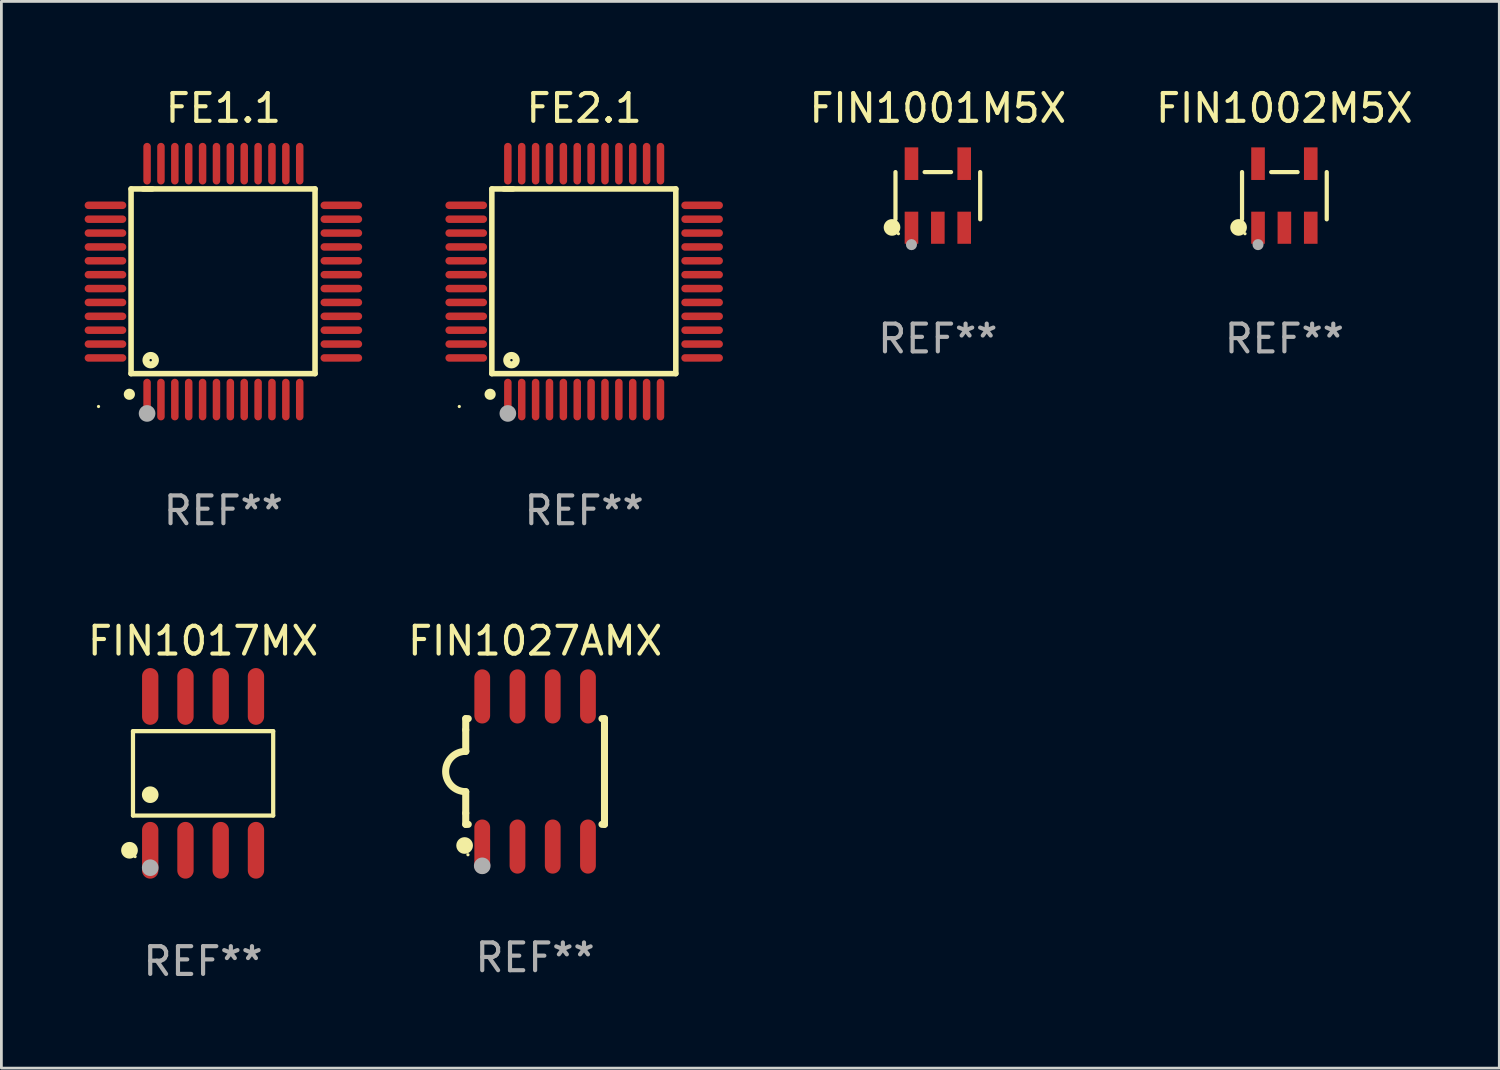
<source format=kicad_pcb>
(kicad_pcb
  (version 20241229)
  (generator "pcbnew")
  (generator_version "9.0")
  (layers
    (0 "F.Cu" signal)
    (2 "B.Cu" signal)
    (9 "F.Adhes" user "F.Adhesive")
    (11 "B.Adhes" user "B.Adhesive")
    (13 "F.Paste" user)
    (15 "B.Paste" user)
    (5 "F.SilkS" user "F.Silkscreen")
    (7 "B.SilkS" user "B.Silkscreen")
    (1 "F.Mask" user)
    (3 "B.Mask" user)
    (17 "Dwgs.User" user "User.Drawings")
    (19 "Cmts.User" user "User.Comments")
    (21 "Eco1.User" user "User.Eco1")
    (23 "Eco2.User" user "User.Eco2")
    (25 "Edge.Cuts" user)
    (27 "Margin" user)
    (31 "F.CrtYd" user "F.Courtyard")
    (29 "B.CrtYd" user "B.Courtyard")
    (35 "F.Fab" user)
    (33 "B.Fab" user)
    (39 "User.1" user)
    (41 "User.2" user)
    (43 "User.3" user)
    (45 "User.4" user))
  (footprint "FE1.1"
    (layer "F.Cu")
    (at 5 7.098)
    (property "Reference" "FE1.1" (at 0 -6.25 0) (layer "F.SilkS") (effects (font (size 1 1) (thickness 0.15))))
    (attr through_hole)
    (fp_line (start -3.327 -3.34) (end -2.565 -3.34) (stroke (width 0.2) (type solid)) (layer "F.SilkS"))
    (fp_line (start -3.327 3.315) (end -3.327 -3.34) (stroke (width 0.2) (type solid)) (layer "F.SilkS"))
    (fp_line (start -2.896 -3.34) (end 3.302 -3.34) (stroke (width 0.2) (type solid)) (layer "F.SilkS"))
    (fp_line (start 3.302 -3.34) (end 3.302 3.315) (stroke (width 0.2) (type solid)) (layer "F.SilkS"))
    (fp_line (start 3.302 3.315) (end -3.327 3.315) (stroke (width 0.2) (type solid)) (layer "F.SilkS"))
    (fp_arc (start -3.389992 4.059995) (mid -3.388722 4.059991) (end -3.387452 4.059995) (stroke (width 0.4) (type solid)) (layer "F.SilkS"))
    (fp_circle (center -4.5 4.5) (end -4.47 4.5) (stroke (width 0.06) (type solid)) (fill no) (layer "F.SilkS"))
    (fp_circle (center -2.62 2.83) (end -2.45 2.83) (stroke (width 0.254) (type solid)) (fill no) (layer "F.SilkS"))
    (fp_circle (center -2.75 4.75) (end -2.6 4.75) (stroke (width 0.3) (type solid)) (fill no) (layer "F.Fab"))
    (fp_text user "REF**" (at 0 8.25 0) (layer "F.Fab") (effects (font (size 1 1) (thickness 0.15))))
    (pad "1" smd oval (at -2.75 4.25) (size 0.27 1.5) (layers "F.Cu" "F.Mask" "F.Paste"))
    (pad "2" smd oval (at -2.25 4.25) (size 0.27 1.5) (layers "F.Cu" "F.Mask" "F.Paste"))
    (pad "3" smd oval (at -1.75 4.25) (size 0.27 1.5) (layers "F.Cu" "F.Mask" "F.Paste"))
    (pad "4" smd oval (at -1.25 4.25) (size 0.27 1.5) (layers "F.Cu" "F.Mask" "F.Paste"))
    (pad "5" smd oval (at -0.75 4.25) (size 0.27 1.5) (layers "F.Cu" "F.Mask" "F.Paste"))
    (pad "6" smd oval (at -0.25 4.25) (size 0.27 1.5) (layers "F.Cu" "F.Mask" "F.Paste"))
    (pad "7" smd oval (at 0.25 4.25) (size 0.27 1.5) (layers "F.Cu" "F.Mask" "F.Paste"))
    (pad "8" smd oval (at 0.75 4.25) (size 0.27 1.5) (layers "F.Cu" "F.Mask" "F.Paste"))
    (pad "9" smd oval (at 1.25 4.25) (size 0.27 1.5) (layers "F.Cu" "F.Mask" "F.Paste"))
    (pad "10" smd oval (at 1.75 4.25) (size 0.27 1.5) (layers "F.Cu" "F.Mask" "F.Paste"))
    (pad "11" smd oval (at 2.25 4.25) (size 0.27 1.5) (layers "F.Cu" "F.Mask" "F.Paste"))
    (pad "12" smd oval (at 2.75 4.25) (size 0.27 1.5) (layers "F.Cu" "F.Mask" "F.Paste"))
    (pad "13" smd oval (at 4.25 2.75) (size 1.5 0.27) (layers "F.Cu" "F.Mask" "F.Paste"))
    (pad "14" smd oval (at 4.25 2.25) (size 1.5 0.27) (layers "F.Cu" "F.Mask" "F.Paste"))
    (pad "15" smd oval (at 4.25 1.75) (size 1.5 0.27) (layers "F.Cu" "F.Mask" "F.Paste"))
    (pad "16" smd oval (at 4.25 1.25) (size 1.5 0.27) (layers "F.Cu" "F.Mask" "F.Paste"))
    (pad "17" smd oval (at 4.25 0.75) (size 1.5 0.27) (layers "F.Cu" "F.Mask" "F.Paste"))
    (pad "18" smd oval (at 4.25 0.25) (size 1.5 0.27) (layers "F.Cu" "F.Mask" "F.Paste"))
    (pad "19" smd oval (at 4.25 -0.25) (size 1.5 0.27) (layers "F.Cu" "F.Mask" "F.Paste"))
    (pad "20" smd oval (at 4.25 -0.75) (size 1.5 0.27) (layers "F.Cu" "F.Mask" "F.Paste"))
    (pad "21" smd oval (at 4.25 -1.25) (size 1.5 0.27) (layers "F.Cu" "F.Mask" "F.Paste"))
    (pad "22" smd oval (at 4.25 -1.75) (size 1.5 0.27) (layers "F.Cu" "F.Mask" "F.Paste"))
    (pad "23" smd oval (at 4.25 -2.25) (size 1.5 0.27) (layers "F.Cu" "F.Mask" "F.Paste"))
    (pad "24" smd oval (at 4.25 -2.75) (size 1.5 0.27) (layers "F.Cu" "F.Mask" "F.Paste"))
    (pad "25" smd oval (at 2.75 -4.25) (size 0.27 1.5) (layers "F.Cu" "F.Mask" "F.Paste"))
    (pad "26" smd oval (at 2.25 -4.25) (size 0.27 1.5) (layers "F.Cu" "F.Mask" "F.Paste"))
    (pad "27" smd oval (at 1.75 -4.25) (size 0.27 1.5) (layers "F.Cu" "F.Mask" "F.Paste"))
    (pad "28" smd oval (at 1.25 -4.25) (size 0.27 1.5) (layers "F.Cu" "F.Mask" "F.Paste"))
    (pad "29" smd oval (at 0.75 -4.25) (size 0.27 1.5) (layers "F.Cu" "F.Mask" "F.Paste"))
    (pad "30" smd oval (at 0.25 -4.25) (size 0.27 1.5) (layers "F.Cu" "F.Mask" "F.Paste"))
    (pad "31" smd oval (at -0.25 -4.25) (size 0.27 1.5) (layers "F.Cu" "F.Mask" "F.Paste"))
    (pad "32" smd oval (at -0.75 -4.25) (size 0.27 1.5) (layers "F.Cu" "F.Mask" "F.Paste"))
    (pad "33" smd oval (at -1.25 -4.25) (size 0.27 1.5) (layers "F.Cu" "F.Mask" "F.Paste"))
    (pad "34" smd oval (at -1.75 -4.25) (size 0.27 1.5) (layers "F.Cu" "F.Mask" "F.Paste"))
    (pad "35" smd oval (at -2.25 -4.25) (size 0.27 1.5) (layers "F.Cu" "F.Mask" "F.Paste"))
    (pad "36" smd oval (at -2.75 -4.25) (size 0.27 1.5) (layers "F.Cu" "F.Mask" "F.Paste"))
    (pad "37" smd oval (at -4.25 -2.75) (size 1.5 0.27) (layers "F.Cu" "F.Mask" "F.Paste"))
    (pad "38" smd oval (at -4.25 -2.25) (size 1.5 0.27) (layers "F.Cu" "F.Mask" "F.Paste"))
    (pad "39" smd oval (at -4.25 -1.75) (size 1.5 0.27) (layers "F.Cu" "F.Mask" "F.Paste"))
    (pad "40" smd oval (at -4.25 -1.25) (size 1.5 0.27) (layers "F.Cu" "F.Mask" "F.Paste"))
    (pad "41" smd oval (at -4.25 -0.75) (size 1.5 0.27) (layers "F.Cu" "F.Mask" "F.Paste"))
    (pad "42" smd oval (at -4.25 -0.25) (size 1.5 0.27) (layers "F.Cu" "F.Mask" "F.Paste"))
    (pad "43" smd oval (at -4.25 0.25) (size 1.5 0.27) (layers "F.Cu" "F.Mask" "F.Paste"))
    (pad "44" smd oval (at -4.25 0.75) (size 1.5 0.27) (layers "F.Cu" "F.Mask" "F.Paste"))
    (pad "45" smd oval (at -4.25 1.25) (size 1.5 0.27) (layers "F.Cu" "F.Mask" "F.Paste"))
    (pad "46" smd oval (at -4.25 1.75) (size 1.5 0.27) (layers "F.Cu" "F.Mask" "F.Paste"))
    (pad "47" smd oval (at -4.25 2.25) (size 1.5 0.27) (layers "F.Cu" "F.Mask" "F.Paste"))
    (pad "48" smd oval (at -4.25 2.75) (size 1.5 0.27) (layers "F.Cu" "F.Mask" "F.Paste")))
  (footprint "FE2.1"
    (layer "F.Cu")
    (at 18 7.098)
    (property "Reference" "FE2.1" (at 0 -6.25 0) (layer "F.SilkS") (effects (font (size 1 1) (thickness 0.15))))
    (attr through_hole)
    (fp_line (start -3.327 -3.34) (end -2.565 -3.34) (stroke (width 0.2) (type solid)) (layer "F.SilkS"))
    (fp_line (start -3.327 3.315) (end -3.327 -3.34) (stroke (width 0.2) (type solid)) (layer "F.SilkS"))
    (fp_line (start -2.896 -3.34) (end 3.302 -3.34) (stroke (width 0.2) (type solid)) (layer "F.SilkS"))
    (fp_line (start 3.302 -3.34) (end 3.302 3.315) (stroke (width 0.2) (type solid)) (layer "F.SilkS"))
    (fp_line (start 3.302 3.315) (end -3.327 3.315) (stroke (width 0.2) (type solid)) (layer "F.SilkS"))
    (fp_arc (start -3.389992 4.059995) (mid -3.388722 4.059991) (end -3.387452 4.059995) (stroke (width 0.4) (type solid)) (layer "F.SilkS"))
    (fp_circle (center -4.5 4.5) (end -4.47 4.5) (stroke (width 0.06) (type solid)) (fill no) (layer "F.SilkS"))
    (fp_circle (center -2.62 2.83) (end -2.45 2.83) (stroke (width 0.254) (type solid)) (fill no) (layer "F.SilkS"))
    (fp_circle (center -2.75 4.75) (end -2.6 4.75) (stroke (width 0.3) (type solid)) (fill no) (layer "F.Fab"))
    (fp_text user "REF**" (at 0 8.25 0) (layer "F.Fab") (effects (font (size 1 1) (thickness 0.15))))
    (pad "1" smd oval (at -2.75 4.25) (size 0.27 1.5) (layers "F.Cu" "F.Mask" "F.Paste"))
    (pad "2" smd oval (at -2.25 4.25) (size 0.27 1.5) (layers "F.Cu" "F.Mask" "F.Paste"))
    (pad "3" smd oval (at -1.75 4.25) (size 0.27 1.5) (layers "F.Cu" "F.Mask" "F.Paste"))
    (pad "4" smd oval (at -1.25 4.25) (size 0.27 1.5) (layers "F.Cu" "F.Mask" "F.Paste"))
    (pad "5" smd oval (at -0.75 4.25) (size 0.27 1.5) (layers "F.Cu" "F.Mask" "F.Paste"))
    (pad "6" smd oval (at -0.25 4.25) (size 0.27 1.5) (layers "F.Cu" "F.Mask" "F.Paste"))
    (pad "7" smd oval (at 0.25 4.25) (size 0.27 1.5) (layers "F.Cu" "F.Mask" "F.Paste"))
    (pad "8" smd oval (at 0.75 4.25) (size 0.27 1.5) (layers "F.Cu" "F.Mask" "F.Paste"))
    (pad "9" smd oval (at 1.25 4.25) (size 0.27 1.5) (layers "F.Cu" "F.Mask" "F.Paste"))
    (pad "10" smd oval (at 1.75 4.25) (size 0.27 1.5) (layers "F.Cu" "F.Mask" "F.Paste"))
    (pad "11" smd oval (at 2.25 4.25) (size 0.27 1.5) (layers "F.Cu" "F.Mask" "F.Paste"))
    (pad "12" smd oval (at 2.75 4.25) (size 0.27 1.5) (layers "F.Cu" "F.Mask" "F.Paste"))
    (pad "13" smd oval (at 4.25 2.75) (size 1.5 0.27) (layers "F.Cu" "F.Mask" "F.Paste"))
    (pad "14" smd oval (at 4.25 2.25) (size 1.5 0.27) (layers "F.Cu" "F.Mask" "F.Paste"))
    (pad "15" smd oval (at 4.25 1.75) (size 1.5 0.27) (layers "F.Cu" "F.Mask" "F.Paste"))
    (pad "16" smd oval (at 4.25 1.25) (size 1.5 0.27) (layers "F.Cu" "F.Mask" "F.Paste"))
    (pad "17" smd oval (at 4.25 0.75) (size 1.5 0.27) (layers "F.Cu" "F.Mask" "F.Paste"))
    (pad "18" smd oval (at 4.25 0.25) (size 1.5 0.27) (layers "F.Cu" "F.Mask" "F.Paste"))
    (pad "19" smd oval (at 4.25 -0.25) (size 1.5 0.27) (layers "F.Cu" "F.Mask" "F.Paste"))
    (pad "20" smd oval (at 4.25 -0.75) (size 1.5 0.27) (layers "F.Cu" "F.Mask" "F.Paste"))
    (pad "21" smd oval (at 4.25 -1.25) (size 1.5 0.27) (layers "F.Cu" "F.Mask" "F.Paste"))
    (pad "22" smd oval (at 4.25 -1.75) (size 1.5 0.27) (layers "F.Cu" "F.Mask" "F.Paste"))
    (pad "23" smd oval (at 4.25 -2.25) (size 1.5 0.27) (layers "F.Cu" "F.Mask" "F.Paste"))
    (pad "24" smd oval (at 4.25 -2.75) (size 1.5 0.27) (layers "F.Cu" "F.Mask" "F.Paste"))
    (pad "25" smd oval (at 2.75 -4.25) (size 0.27 1.5) (layers "F.Cu" "F.Mask" "F.Paste"))
    (pad "26" smd oval (at 2.25 -4.25) (size 0.27 1.5) (layers "F.Cu" "F.Mask" "F.Paste"))
    (pad "27" smd oval (at 1.75 -4.25) (size 0.27 1.5) (layers "F.Cu" "F.Mask" "F.Paste"))
    (pad "28" smd oval (at 1.25 -4.25) (size 0.27 1.5) (layers "F.Cu" "F.Mask" "F.Paste"))
    (pad "29" smd oval (at 0.75 -4.25) (size 0.27 1.5) (layers "F.Cu" "F.Mask" "F.Paste"))
    (pad "30" smd oval (at 0.25 -4.25) (size 0.27 1.5) (layers "F.Cu" "F.Mask" "F.Paste"))
    (pad "31" smd oval (at -0.25 -4.25) (size 0.27 1.5) (layers "F.Cu" "F.Mask" "F.Paste"))
    (pad "32" smd oval (at -0.75 -4.25) (size 0.27 1.5) (layers "F.Cu" "F.Mask" "F.Paste"))
    (pad "33" smd oval (at -1.25 -4.25) (size 0.27 1.5) (layers "F.Cu" "F.Mask" "F.Paste"))
    (pad "34" smd oval (at -1.75 -4.25) (size 0.27 1.5) (layers "F.Cu" "F.Mask" "F.Paste"))
    (pad "35" smd oval (at -2.25 -4.25) (size 0.27 1.5) (layers "F.Cu" "F.Mask" "F.Paste"))
    (pad "36" smd oval (at -2.75 -4.25) (size 0.27 1.5) (layers "F.Cu" "F.Mask" "F.Paste"))
    (pad "37" smd oval (at -4.25 -2.75) (size 1.5 0.27) (layers "F.Cu" "F.Mask" "F.Paste"))
    (pad "38" smd oval (at -4.25 -2.25) (size 1.5 0.27) (layers "F.Cu" "F.Mask" "F.Paste"))
    (pad "39" smd oval (at -4.25 -1.75) (size 1.5 0.27) (layers "F.Cu" "F.Mask" "F.Paste"))
    (pad "40" smd oval (at -4.25 -1.25) (size 1.5 0.27) (layers "F.Cu" "F.Mask" "F.Paste"))
    (pad "41" smd oval (at -4.25 -0.75) (size 1.5 0.27) (layers "F.Cu" "F.Mask" "F.Paste"))
    (pad "42" smd oval (at -4.25 -0.25) (size 1.5 0.27) (layers "F.Cu" "F.Mask" "F.Paste"))
    (pad "43" smd oval (at -4.25 0.25) (size 1.5 0.27) (layers "F.Cu" "F.Mask" "F.Paste"))
    (pad "44" smd oval (at -4.25 0.75) (size 1.5 0.27) (layers "F.Cu" "F.Mask" "F.Paste"))
    (pad "45" smd oval (at -4.25 1.25) (size 1.5 0.27) (layers "F.Cu" "F.Mask" "F.Paste"))
    (pad "46" smd oval (at -4.25 1.75) (size 1.5 0.27) (layers "F.Cu" "F.Mask" "F.Paste"))
    (pad "47" smd oval (at -4.25 2.25) (size 1.5 0.27) (layers "F.Cu" "F.Mask" "F.Paste"))
    (pad "48" smd oval (at -4.25 2.75) (size 1.5 0.27) (layers "F.Cu" "F.Mask" "F.Paste")))
  (footprint "FIN1001M5X"
    (layer "F.Cu")
    (at 30.744 4.002)
    (property "Reference" "FIN1001M5X" (at 0 -3.154 0) (layer "F.SilkS") (effects (font (size 1 1) (thickness 0.15))))
    (attr through_hole)
    (fp_line (start -1.526 0.851) (end -1.526 -0.851) (stroke (width 0.152) (type solid)) (layer "F.SilkS"))
    (fp_line (start 0.476 -0.851) (end -0.476 -0.851) (stroke (width 0.152) (type solid)) (layer "F.SilkS"))
    (fp_line (start 1.526 0.851) (end 1.526 -0.851) (stroke (width 0.152) (type solid)) (layer "F.SilkS"))
    (fp_circle (center -1.651 1.143) (end -1.501 1.143) (stroke (width 0.3) (type solid)) (fill no) (layer "F.SilkS"))
    (fp_circle (center -1.42 1.37) (end -1.39 1.37) (stroke (width 0.06) (type solid)) (fill no) (layer "F.SilkS"))
    (fp_circle (center -0.95 1.763) (end -0.85 1.763) (stroke (width 0.2) (type solid)) (fill no) (layer "F.Fab"))
    (fp_text user "REF**" (at 0 5.154 0) (layer "F.Fab") (effects (font (size 1 1) (thickness 0.15))))
    (pad "1" smd rect (at -0.95 1.154) (size 0.49 1.157) (layers "F.Cu" "F.Mask" "F.Paste"))
    (pad "2" smd rect (at 0 1.154) (size 0.49 1.157) (layers "F.Cu" "F.Mask" "F.Paste"))
    (pad "3" smd rect (at 0.95 1.154) (size 0.49 1.157) (layers "F.Cu" "F.Mask" "F.Paste"))
    (pad "4" smd rect (at 0.95 -1.154) (size 0.49 1.175) (layers "F.Cu" "F.Mask" "F.Paste"))
    (pad "5" smd rect (at -0.95 -1.154) (size 0.49 1.175) (layers "F.Cu" "F.Mask" "F.Paste")))
  (footprint "FIN1002M5X"
    (layer "F.Cu")
    (at 43.232 4.002)
    (property "Reference" "FIN1002M5X" (at 0 -3.154 0) (layer "F.SilkS") (effects (font (size 1 1) (thickness 0.15))))
    (attr through_hole)
    (fp_line (start -1.526 0.851) (end -1.526 -0.851) (stroke (width 0.152) (type solid)) (layer "F.SilkS"))
    (fp_line (start 0.476 -0.851) (end -0.476 -0.851) (stroke (width 0.152) (type solid)) (layer "F.SilkS"))
    (fp_line (start 1.526 0.851) (end 1.526 -0.851) (stroke (width 0.152) (type solid)) (layer "F.SilkS"))
    (fp_circle (center -1.651 1.143) (end -1.501 1.143) (stroke (width 0.3) (type solid)) (fill no) (layer "F.SilkS"))
    (fp_circle (center -1.42 1.37) (end -1.39 1.37) (stroke (width 0.06) (type solid)) (fill no) (layer "F.SilkS"))
    (fp_circle (center -0.95 1.763) (end -0.85 1.763) (stroke (width 0.2) (type solid)) (fill no) (layer "F.Fab"))
    (fp_text user "REF**" (at 0 5.154 0) (layer "F.Fab") (effects (font (size 1 1) (thickness 0.15))))
    (pad "1" smd rect (at -0.95 1.154) (size 0.49 1.157) (layers "F.Cu" "F.Mask" "F.Paste"))
    (pad "2" smd rect (at 0 1.154) (size 0.49 1.157) (layers "F.Cu" "F.Mask" "F.Paste"))
    (pad "3" smd rect (at 0.95 1.154) (size 0.49 1.157) (layers "F.Cu" "F.Mask" "F.Paste"))
    (pad "4" smd rect (at 0.95 -1.154) (size 0.49 1.175) (layers "F.Cu" "F.Mask" "F.Paste"))
    (pad "5" smd rect (at -0.95 -1.154) (size 0.49 1.175) (layers "F.Cu" "F.Mask" "F.Paste")))
  (footprint "FIN1017MX"
    (layer "F.Cu")
    (at 4.268 24.817)
    (property "Reference" "FIN1017MX" (at 0 -4.772 0) (layer "F.SilkS") (effects (font (size 1 1) (thickness 0.15))))
    (attr through_hole)
    (fp_line (start -2.526 -1.521) (end 2.526 -1.521) (stroke (width 0.152) (type solid)) (layer "F.SilkS"))
    (fp_line (start -2.526 1.521) (end -2.526 -1.521) (stroke (width 0.152) (type solid)) (layer "F.SilkS"))
    (fp_line (start 2.526 -1.521) (end 2.526 1.521) (stroke (width 0.152) (type solid)) (layer "F.SilkS"))
    (fp_line (start 2.526 1.521) (end -2.526 1.521) (stroke (width 0.152) (type solid)) (layer "F.SilkS"))
    (fp_circle (center -2.652 2.772) (end -2.501 2.772) (stroke (width 0.3) (type solid)) (fill no) (layer "F.SilkS"))
    (fp_circle (center -2.45 3) (end -2.42 3) (stroke (width 0.06) (type solid)) (fill no) (layer "F.SilkS"))
    (fp_circle (center -1.905 0.769) (end -1.755 0.769) (stroke (width 0.3) (type solid)) (fill no) (layer "F.SilkS"))
    (fp_circle (center -1.905 3.4) (end -1.755 3.4) (stroke (width 0.3) (type solid)) (fill no) (layer "F.Fab"))
    (fp_text user "REF**" (at 0 6.772 0) (layer "F.Fab") (effects (font (size 1 1) (thickness 0.15))))
    (pad "1" smd oval (at -1.905 2.772) (size 0.588 2.045) (layers "F.Cu" "F.Mask" "F.Paste"))
    (pad "2" smd oval (at -0.635 2.772) (size 0.588 2.045) (layers "F.Cu" "F.Mask" "F.Paste"))
    (pad "3" smd oval (at 0.635 2.772) (size 0.588 2.045) (layers "F.Cu" "F.Mask" "F.Paste"))
    (pad "4" smd oval (at 1.905 2.772) (size 0.588 2.045) (layers "F.Cu" "F.Mask" "F.Paste"))
    (pad "5" smd oval (at 1.905 -2.772) (size 0.588 2.045) (layers "F.Cu" "F.Mask" "F.Paste"))
    (pad "6" smd oval (at 0.635 -2.772) (size 0.588 2.045) (layers "F.Cu" "F.Mask" "F.Paste"))
    (pad "7" smd oval (at -0.635 -2.772) (size 0.588 2.045) (layers "F.Cu" "F.Mask" "F.Paste"))
    (pad "8" smd oval (at -1.905 -2.772) (size 0.588 2.045) (layers "F.Cu" "F.Mask" "F.Paste")))
  (footprint "FIN1027AMX"
    (layer "F.Cu")
    (at 16.232 24.75)
    (property "Reference" "FIN1027AMX" (at 0 -4.705 0) (layer "F.SilkS") (effects (font (size 1 1) (thickness 0.15))))
    (attr through_hole)
    (fp_line (start -2.5 -1.905) (end -2.409 -1.905) (stroke (width 0.254) (type solid)) (layer "F.SilkS"))
    (fp_line (start -2.5 -1.5) (end -2.5 -1.905) (stroke (width 0.254) (type solid)) (layer "F.SilkS"))
    (fp_line (start -2.5 -1.5) (end -2.5 -0.726) (stroke (width 0.254) (type solid)) (layer "F.SilkS"))
    (fp_line (start -2.5 1.5) (end -2.5 0.727) (stroke (width 0.254) (type solid)) (layer "F.SilkS"))
    (fp_line (start -2.5 1.5) (end -2.5 1.905) (stroke (width 0.254) (type solid)) (layer "F.SilkS"))
    (fp_line (start -2.5 1.905) (end -2.409 1.905) (stroke (width 0.254) (type solid)) (layer "F.SilkS"))
    (fp_line (start 2.5 -1.905) (end 2.409 -1.905) (stroke (width 0.254) (type solid)) (layer "F.SilkS"))
    (fp_line (start 2.5 -1.5) (end 2.5 -1.905) (stroke (width 0.254) (type solid)) (layer "F.SilkS"))
    (fp_line (start 2.5 -1.5) (end 2.5 1.5) (stroke (width 0.254) (type solid)) (layer "F.SilkS"))
    (fp_line (start 2.5 1.5) (end 2.5 1.905) (stroke (width 0.254) (type solid)) (layer "F.SilkS"))
    (fp_line (start 2.5 1.905) (end 2.409 1.905) (stroke (width 0.254) (type solid)) (layer "F.SilkS"))
    (fp_arc (start -2.5 0.726568) (mid -3.220316 -0.0023) (end -2.495097 -0.726289) (stroke (width 0.254001) (type solid)) (layer "F.SilkS"))
    (fp_circle (center -2.54 2.667) (end -2.39 2.667) (stroke (width 0.3) (type solid)) (fill no) (layer "F.SilkS"))
    (fp_circle (center -2.42 3) (end -2.39 3) (stroke (width 0.06) (type solid)) (fill no) (layer "F.SilkS"))
    (fp_circle (center -1.905 3.4) (end -1.755 3.4) (stroke (width 0.3) (type solid)) (fill no) (layer "F.Fab"))
    (fp_text user "REF**" (at 0 6.705 0) (layer "F.Fab") (effects (font (size 1 1) (thickness 0.15))))
    (pad "1" smd oval (at -1.905 2.705) (size 0.568 1.95) (layers "F.Cu" "F.Mask" "F.Paste"))
    (pad "2" smd oval (at -0.635 2.705) (size 0.568 1.95) (layers "F.Cu" "F.Mask" "F.Paste"))
    (pad "3" smd oval (at 0.635 2.705) (size 0.568 1.95) (layers "F.Cu" "F.Mask" "F.Paste"))
    (pad "4" smd oval (at 1.905 2.705) (size 0.568 1.95) (layers "F.Cu" "F.Mask" "F.Paste"))
    (pad "5" smd oval (at 1.905 -2.705) (size 0.568 1.95) (layers "F.Cu" "F.Mask" "F.Paste"))
    (pad "6" smd oval (at 0.635 -2.705) (size 0.568 1.95) (layers "F.Cu" "F.Mask" "F.Paste"))
    (pad "7" smd oval (at -0.635 -2.705) (size 0.568 1.95) (layers "F.Cu" "F.Mask" "F.Paste"))
    (pad "8" smd oval (at -1.905 -2.705) (size 0.568 1.95) (layers "F.Cu" "F.Mask" "F.Paste")))
  (gr_rect
    (start -3 -3)
    (end 50.976 35.438)
    (stroke (width 0.1) (type default))
    (fill no)
    (layer "Edge.Cuts")))
</source>
